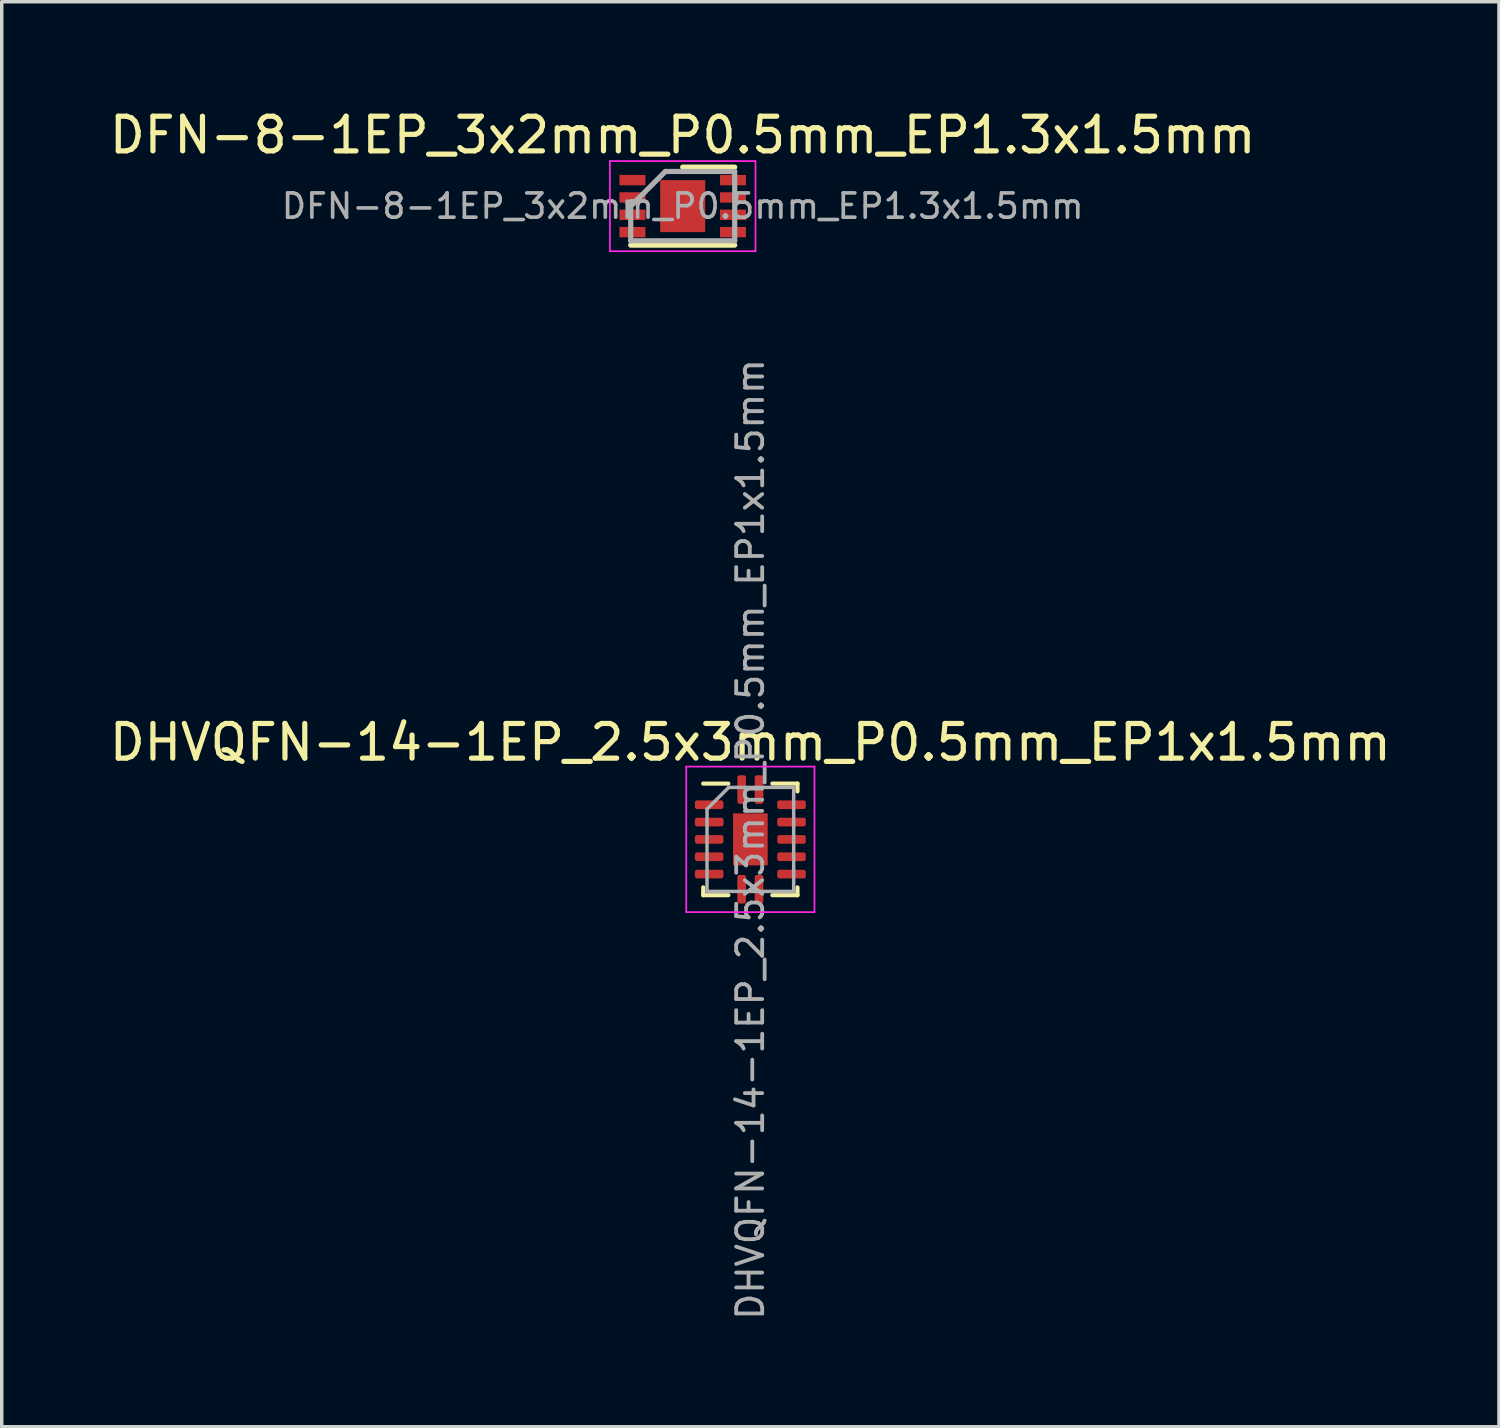
<source format=kicad_pcb>
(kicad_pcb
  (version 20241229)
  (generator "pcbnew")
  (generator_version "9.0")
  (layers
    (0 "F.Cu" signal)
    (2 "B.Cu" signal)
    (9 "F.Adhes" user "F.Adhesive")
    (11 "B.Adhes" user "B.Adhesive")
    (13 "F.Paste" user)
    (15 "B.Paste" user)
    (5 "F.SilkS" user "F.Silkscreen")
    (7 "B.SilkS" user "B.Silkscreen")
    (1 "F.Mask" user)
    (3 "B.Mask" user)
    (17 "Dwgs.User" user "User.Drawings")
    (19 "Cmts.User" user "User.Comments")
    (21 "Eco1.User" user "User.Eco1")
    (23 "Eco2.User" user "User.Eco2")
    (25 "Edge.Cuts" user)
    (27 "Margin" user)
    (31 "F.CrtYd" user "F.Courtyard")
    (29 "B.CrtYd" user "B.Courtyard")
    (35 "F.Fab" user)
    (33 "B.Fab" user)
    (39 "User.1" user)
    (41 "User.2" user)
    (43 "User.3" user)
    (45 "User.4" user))
  (footprint "DHVQFN-14-1EP_2.5x3mm_P0.5mm_EP1x1.5mm"
    (layer "F.Cu")
    (at 18.601 21.17)
    (property "Reference" "DHVQFN-14-1EP_2.5x3mm_P0.5mm_EP1x1.5mm" (at 0 -2.8 0) (layer "F.SilkS") (effects (font (size 1 1) (thickness 0.15))))
    (attr smd)
    (fp_line (start -1.36 1.61) (end -1.36 1.385) (stroke (width 0.12) (type solid)) (layer "F.SilkS"))
    (fp_line (start -0.635 -1.61) (end -1.36 -1.61) (stroke (width 0.12) (type solid)) (layer "F.SilkS"))
    (fp_line (start -0.635 1.61) (end -1.36 1.61) (stroke (width 0.12) (type solid)) (layer "F.SilkS"))
    (fp_line (start 0.635 -1.61) (end 1.36 -1.61) (stroke (width 0.12) (type solid)) (layer "F.SilkS"))
    (fp_line (start 0.635 1.61) (end 1.36 1.61) (stroke (width 0.12) (type solid)) (layer "F.SilkS"))
    (fp_line (start 1.36 -1.61) (end 1.36 -1.385) (stroke (width 0.12) (type solid)) (layer "F.SilkS"))
    (fp_line (start 1.36 1.61) (end 1.36 1.385) (stroke (width 0.12) (type solid)) (layer "F.SilkS"))
    (fp_line (start -1.85 -2.1) (end -1.85 2.1) (stroke (width 0.05) (type solid)) (layer "F.CrtYd"))
    (fp_line (start -1.85 2.1) (end 1.85 2.1) (stroke (width 0.05) (type solid)) (layer "F.CrtYd"))
    (fp_line (start 1.85 -2.1) (end -1.85 -2.1) (stroke (width 0.05) (type solid)) (layer "F.CrtYd"))
    (fp_line (start 1.85 2.1) (end 1.85 -2.1) (stroke (width 0.05) (type solid)) (layer "F.CrtYd"))
    (fp_line (start -1.25 -0.875) (end -0.625 -1.5) (stroke (width 0.1) (type solid)) (layer "F.Fab"))
    (fp_line (start -1.25 1.5) (end -1.25 -0.875) (stroke (width 0.1) (type solid)) (layer "F.Fab"))
    (fp_line (start -0.625 -1.5) (end 1.25 -1.5) (stroke (width 0.1) (type solid)) (layer "F.Fab"))
    (fp_line (start 1.25 -1.5) (end 1.25 1.5) (stroke (width 0.1) (type solid)) (layer "F.Fab"))
    (fp_line (start 1.25 1.5) (end -1.25 1.5) (stroke (width 0.1) (type solid)) (layer "F.Fab"))
    (fp_text user "${REFERENCE}" (at 0 0 90) (layer "F.Fab") (effects (font (size 0.75 0.75) (thickness 0.11))))
    (pad "" smd roundrect (at 0 0) (size 0.81 1.21) (layers "F.Paste") (roundrect_rratio 0.25))
    (pad "1" smd roundrect (at -0.25 -1.438) (size 0.25 0.825) (layers "F.Cu" "F.Mask" "F.Paste") (roundrect_rratio 0.25))
    (pad "2" smd roundrect (at -1.188 -1) (size 0.825 0.25) (layers "F.Cu" "F.Mask" "F.Paste") (roundrect_rratio 0.25))
    (pad "3" smd roundrect (at -1.188 -0.5) (size 0.825 0.25) (layers "F.Cu" "F.Mask" "F.Paste") (roundrect_rratio 0.25))
    (pad "4" smd roundrect (at -1.188 0) (size 0.825 0.25) (layers "F.Cu" "F.Mask" "F.Paste") (roundrect_rratio 0.25))
    (pad "5" smd roundrect (at -1.188 0.5) (size 0.825 0.25) (layers "F.Cu" "F.Mask" "F.Paste") (roundrect_rratio 0.25))
    (pad "6" smd roundrect (at -1.188 1) (size 0.825 0.25) (layers "F.Cu" "F.Mask" "F.Paste") (roundrect_rratio 0.25))
    (pad "7" smd roundrect (at -0.25 1.438) (size 0.25 0.825) (layers "F.Cu" "F.Mask" "F.Paste") (roundrect_rratio 0.25))
    (pad "8" smd roundrect (at 0.25 1.438) (size 0.25 0.825) (layers "F.Cu" "F.Mask" "F.Paste") (roundrect_rratio 0.25))
    (pad "9" smd roundrect (at 1.188 1) (size 0.825 0.25) (layers "F.Cu" "F.Mask" "F.Paste") (roundrect_rratio 0.25))
    (pad "10" smd roundrect (at 1.188 0.5) (size 0.825 0.25) (layers "F.Cu" "F.Mask" "F.Paste") (roundrect_rratio 0.25))
    (pad "11" smd roundrect (at 1.188 0) (size 0.825 0.25) (layers "F.Cu" "F.Mask" "F.Paste") (roundrect_rratio 0.25))
    (pad "12" smd roundrect (at 1.188 -0.5) (size 0.825 0.25) (layers "F.Cu" "F.Mask" "F.Paste") (roundrect_rratio 0.25))
    (pad "13" smd roundrect (at 1.188 -1) (size 0.825 0.25) (layers "F.Cu" "F.Mask" "F.Paste") (roundrect_rratio 0.25))
    (pad "14" smd roundrect (at 0.25 -1.438) (size 0.25 0.825) (layers "F.Cu" "F.Mask" "F.Paste") (roundrect_rratio 0.25))
    (pad "15" smd rect (at 0 0) (size 1 1.5) (layers "F.Cu" "F.Mask")))
  (footprint "DFN-8-1EP_3x2mm_P0.5mm_EP1.3x1.5mm"
    (layer "F.Cu")
    (at 16.649 2.898)
    (property "Reference" "DFN-8-1EP_3x2mm_P0.5mm_EP1.3x1.5mm" (at 0 -2.05 0) (layer "F.SilkS") (effects (font (size 1 1) (thickness 0.15))))
    (attr smd)
    (fp_line (start -1.5 1.125) (end 1.5 1.125) (stroke (width 0.15) (type solid)) (layer "F.SilkS"))
    (fp_line (start 0 -1.125) (end 1.5 -1.125) (stroke (width 0.15) (type solid)) (layer "F.SilkS"))
    (fp_line (start -2.1 -1.3) (end -2.1 1.3) (stroke (width 0.05) (type solid)) (layer "F.CrtYd"))
    (fp_line (start -2.1 -1.3) (end 2.1 -1.3) (stroke (width 0.05) (type solid)) (layer "F.CrtYd"))
    (fp_line (start -2.1 1.3) (end 2.1 1.3) (stroke (width 0.05) (type solid)) (layer "F.CrtYd"))
    (fp_line (start 2.1 -1.3) (end 2.1 1.3) (stroke (width 0.05) (type solid)) (layer "F.CrtYd"))
    (fp_line (start -1.5 0) (end -0.5 -1) (stroke (width 0.15) (type solid)) (layer "F.Fab"))
    (fp_line (start -1.5 1) (end -1.5 0) (stroke (width 0.15) (type solid)) (layer "F.Fab"))
    (fp_line (start -0.5 -1) (end 1.5 -1) (stroke (width 0.15) (type solid)) (layer "F.Fab"))
    (fp_line (start 1.5 -1) (end 1.5 1) (stroke (width 0.15) (type solid)) (layer "F.Fab"))
    (fp_line (start 1.5 1) (end -1.5 1) (stroke (width 0.15) (type solid)) (layer "F.Fab"))
    (fp_text user "${REFERENCE}" (at 0 0 0) (layer "F.Fab") (effects (font (size 0.7 0.7) (thickness 0.105))))
    (pad "" smd rect (at -0.325 -0.375) (size 0.5 0.6) (layers "F.Paste"))
    (pad "" smd rect (at -0.325 0.375) (size 0.5 0.6) (layers "F.Paste"))
    (pad "" smd rect (at 0.325 -0.375) (size 0.5 0.6) (layers "F.Paste"))
    (pad "" smd rect (at 0.325 0.375) (size 0.5 0.6) (layers "F.Paste"))
    (pad "0" smd rect (at 0 0) (size 1.3 1.5) (layers "F.Cu" "F.Mask"))
    (pad "1" smd rect (at -1.45 -0.75) (size 0.75 0.3) (layers "F.Cu" "F.Mask" "F.Paste"))
    (pad "2" smd rect (at -1.45 -0.25) (size 0.75 0.3) (layers "F.Cu" "F.Mask" "F.Paste"))
    (pad "3" smd rect (at -1.45 0.25) (size 0.75 0.3) (layers "F.Cu" "F.Mask" "F.Paste"))
    (pad "4" smd rect (at -1.45 0.75) (size 0.75 0.3) (layers "F.Cu" "F.Mask" "F.Paste"))
    (pad "5" smd rect (at 1.45 0.75) (size 0.75 0.3) (layers "F.Cu" "F.Mask" "F.Paste"))
    (pad "6" smd rect (at 1.45 0.25) (size 0.75 0.3) (layers "F.Cu" "F.Mask" "F.Paste"))
    (pad "7" smd rect (at 1.45 -0.25) (size 0.75 0.3) (layers "F.Cu" "F.Mask" "F.Paste"))
    (pad "8" smd rect (at 1.45 -0.75) (size 0.75 0.3) (layers "F.Cu" "F.Mask" "F.Paste")))
  (gr_rect
    (start -3 -3)
    (end 40.202 38.118)
    (stroke (width 0.1) (type default))
    (fill no)
    (layer "Edge.Cuts")))
</source>
